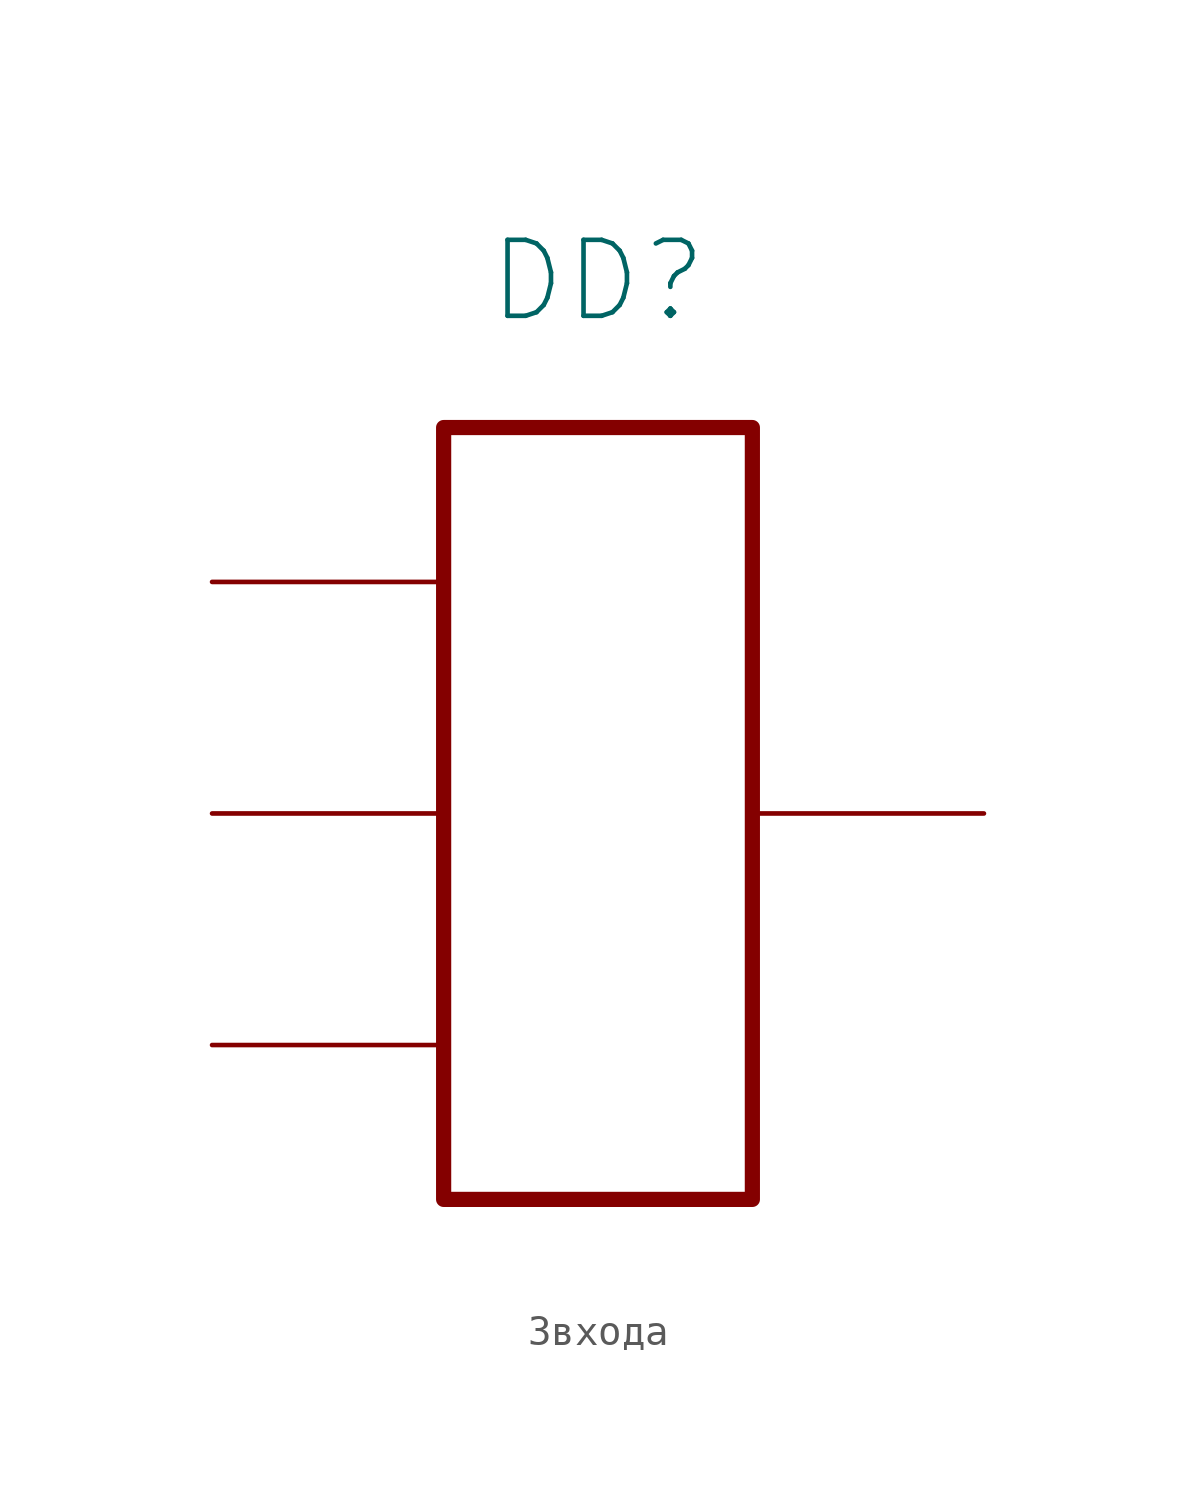
<source format=kicad_sym>
(kicad_symbol_lib
  (version 20220914)
  (generator kicad_symbol_editor)
  (symbol "3входа"
    (property "Reference" "DD"
      (at 0 9.906 0)
      (effects (font (size 2.5 2.5))))
    (property "Value" ""
      (at 0 0 0)
      (effects (font (size 1.27 1.27))))
    (symbol "3входа_1_1"
      (polyline (pts (xy 5.08 -7.62) (xy 5.08 5.08) (xy -5.08 5.08) (xy -5.08 -20.32) (xy 5.08 -20.32) (xy 5.08 -7.62)) (stroke (width 0.5) (type default)) (fill (type none)))
      (pin input line (at -12.7 -15.24 0) (length 7.62) (name "~" (effects (font (size 2.5 2.5)))) (number "" (effects (font (size 2.5 2.5)))))
      (pin input line (at -12.7 -7.62 0) (length 7.62) (name "~" (effects (font (size 2.5 2.5)))) (number "" (effects (font (size 2.5 2.5)))))
      (pin input line (at -12.7 0 0) (length 7.62) (name "~" (effects (font (size 2.5 2.5)))) (number "" (effects (font (size 2.5 2.5)))))
      (pin output line (at 12.7 -7.62 180) (length 7.62) (name "~" (effects (font (size 2.5 2.5)))) (number "" (effects (font (size 2.5 2.5))))))))
</source>
